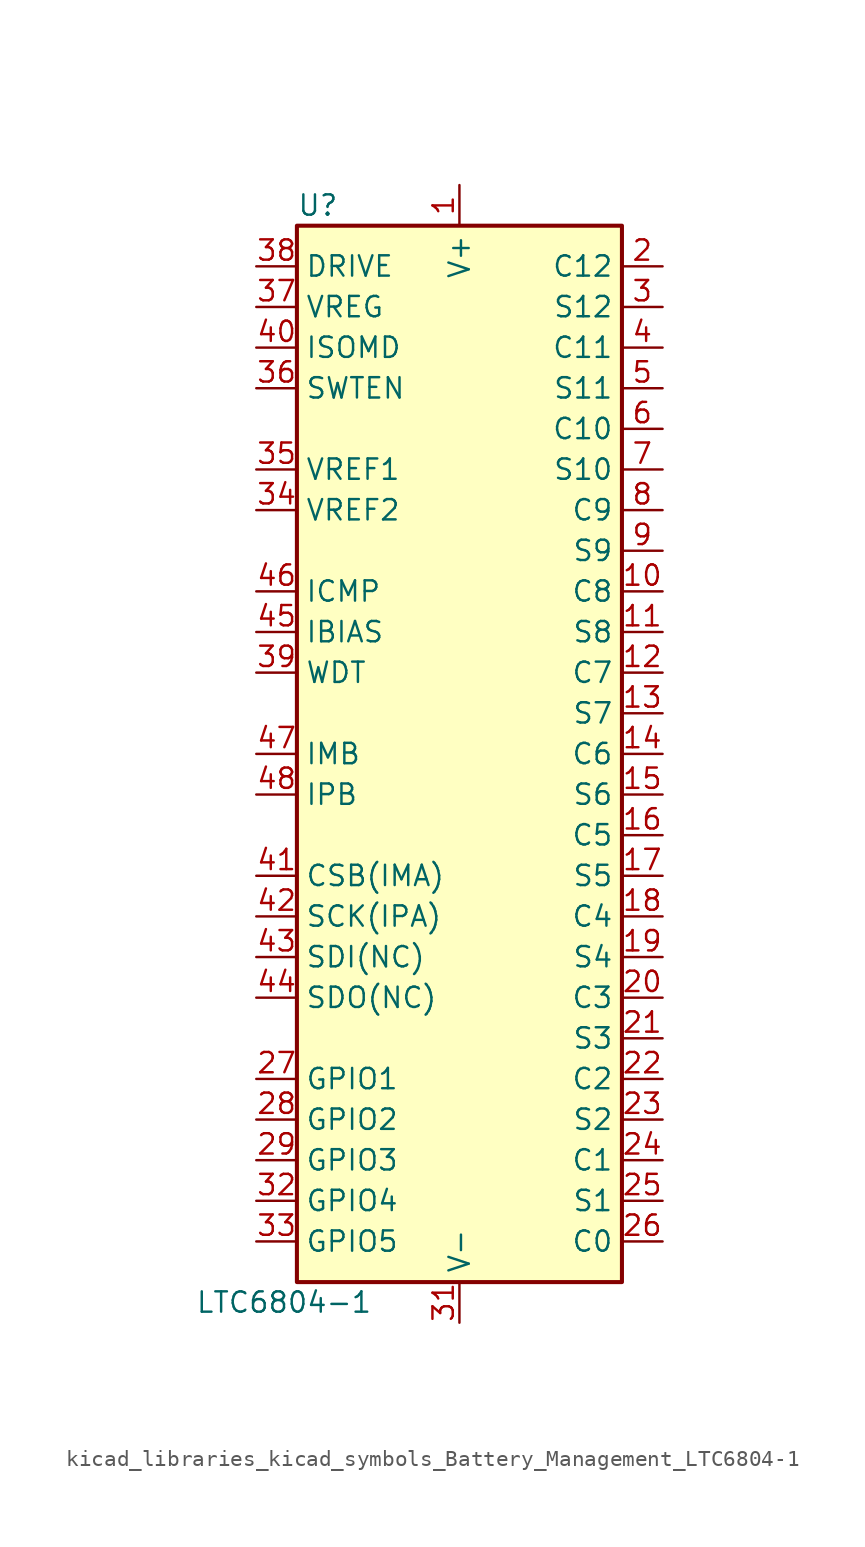
<source format=kicad_sym>
(kicad_symbol_lib
  (version 20220914)
  (generator kicad_symbol_editor)
  (symbol "kicad_libraries_kicad_symbols_Battery_Management_LTC6804-1"
    (property "Reference" "U"
      (at -10.16 34.29 0)
      (effects (font (size 1.27 1.27)) (justify left)))
    (property "Value" "LTC6804-1"
      (at -16.51 -34.29 0)
      (effects (font (size 1.27 1.27)) (justify left)))
    (symbol "kicad_libraries_kicad_symbols_Battery_Management_LTC6804-1_0_1"
      (rectangle (start 10.16 -33.02) (end -10.16 33.02) (stroke (width 0.254) (type default)) (fill (type background))))
    (symbol "kicad_libraries_kicad_symbols_Battery_Management_LTC6804-1_1_1"
      (pin power_in line (at 0 35.56 270) (length 2.54) (name "V+" (effects (font (size 1.27 1.27)))) (number "1" (effects (font (size 1.27 1.27)))))
      (pin input line (at 12.7 10.16 180) (length 2.54) (name "C8" (effects (font (size 1.27 1.27)))) (number "10" (effects (font (size 1.27 1.27)))))
      (pin bidirectional line (at 12.7 7.62 180) (length 2.54) (name "S8" (effects (font (size 1.27 1.27)))) (number "11" (effects (font (size 1.27 1.27)))))
      (pin input line (at 12.7 5.08 180) (length 2.54) (name "C7" (effects (font (size 1.27 1.27)))) (number "12" (effects (font (size 1.27 1.27)))))
      (pin bidirectional line (at 12.7 2.54 180) (length 2.54) (name "S7" (effects (font (size 1.27 1.27)))) (number "13" (effects (font (size 1.27 1.27)))))
      (pin input line (at 12.7 0 180) (length 2.54) (name "C6" (effects (font (size 1.27 1.27)))) (number "14" (effects (font (size 1.27 1.27)))))
      (pin bidirectional line (at 12.7 -2.54 180) (length 2.54) (name "S6" (effects (font (size 1.27 1.27)))) (number "15" (effects (font (size 1.27 1.27)))))
      (pin input line (at 12.7 -5.08 180) (length 2.54) (name "C5" (effects (font (size 1.27 1.27)))) (number "16" (effects (font (size 1.27 1.27)))))
      (pin bidirectional line (at 12.7 -7.62 180) (length 2.54) (name "S5" (effects (font (size 1.27 1.27)))) (number "17" (effects (font (size 1.27 1.27)))))
      (pin input line (at 12.7 -10.16 180) (length 2.54) (name "C4" (effects (font (size 1.27 1.27)))) (number "18" (effects (font (size 1.27 1.27)))))
      (pin bidirectional line (at 12.7 -12.7 180) (length 2.54) (name "S4" (effects (font (size 1.27 1.27)))) (number "19" (effects (font (size 1.27 1.27)))))
      (pin input line (at 12.7 30.48 180) (length 2.54) (name "C12" (effects (font (size 1.27 1.27)))) (number "2" (effects (font (size 1.27 1.27)))))
      (pin input line (at 12.7 -15.24 180) (length 2.54) (name "C3" (effects (font (size 1.27 1.27)))) (number "20" (effects (font (size 1.27 1.27)))))
      (pin bidirectional line (at 12.7 -17.78 180) (length 2.54) (name "S3" (effects (font (size 1.27 1.27)))) (number "21" (effects (font (size 1.27 1.27)))))
      (pin input line (at 12.7 -20.32 180) (length 2.54) (name "C2" (effects (font (size 1.27 1.27)))) (number "22" (effects (font (size 1.27 1.27)))))
      (pin bidirectional line (at 12.7 -22.86 180) (length 2.54) (name "S2" (effects (font (size 1.27 1.27)))) (number "23" (effects (font (size 1.27 1.27)))))
      (pin input line (at 12.7 -25.4 180) (length 2.54) (name "C1" (effects (font (size 1.27 1.27)))) (number "24" (effects (font (size 1.27 1.27)))))
      (pin bidirectional line (at 12.7 -27.94 180) (length 2.54) (name "S1" (effects (font (size 1.27 1.27)))) (number "25" (effects (font (size 1.27 1.27)))))
      (pin input line (at 12.7 -30.48 180) (length 2.54) (name "C0" (effects (font (size 1.27 1.27)))) (number "26" (effects (font (size 1.27 1.27)))))
      (pin bidirectional line (at -12.7 -20.32 0) (length 2.54) (name "GPIO1" (effects (font (size 1.27 1.27)))) (number "27" (effects (font (size 1.27 1.27)))))
      (pin bidirectional line (at -12.7 -22.86 0) (length 2.54) (name "GPIO2" (effects (font (size 1.27 1.27)))) (number "28" (effects (font (size 1.27 1.27)))))
      (pin bidirectional line (at -12.7 -25.4 0) (length 2.54) (name "GPIO3" (effects (font (size 1.27 1.27)))) (number "29" (effects (font (size 1.27 1.27)))))
      (pin bidirectional line (at 12.7 27.94 180) (length 2.54) (name "S12" (effects (font (size 1.27 1.27)))) (number "3" (effects (font (size 1.27 1.27)))))
      (pin passive line (at 0 -35.56 90) (length 2.54) hide (name "V-" (effects (font (size 1.27 1.27)))) (number "30" (effects (font (size 1.27 1.27)))))
      (pin passive line (at 0 -35.56 90) (length 2.54) (name "V-" (effects (font (size 1.27 1.27)))) (number "31" (effects (font (size 1.27 1.27)))))
      (pin bidirectional line (at -12.7 -27.94 0) (length 2.54) (name "GPIO4" (effects (font (size 1.27 1.27)))) (number "32" (effects (font (size 1.27 1.27)))))
      (pin bidirectional line (at -12.7 -30.48 0) (length 2.54) (name "GPIO5" (effects (font (size 1.27 1.27)))) (number "33" (effects (font (size 1.27 1.27)))))
      (pin output line (at -12.7 15.24 0) (length 2.54) (name "VREF2" (effects (font (size 1.27 1.27)))) (number "34" (effects (font (size 1.27 1.27)))))
      (pin output line (at -12.7 17.78 0) (length 2.54) (name "VREF1" (effects (font (size 1.27 1.27)))) (number "35" (effects (font (size 1.27 1.27)))))
      (pin input line (at -12.7 22.86 0) (length 2.54) (name "SWTEN" (effects (font (size 1.27 1.27)))) (number "36" (effects (font (size 1.27 1.27)))))
      (pin input line (at -12.7 27.94 0) (length 2.54) (name "VREG" (effects (font (size 1.27 1.27)))) (number "37" (effects (font (size 1.27 1.27)))))
      (pin output line (at -12.7 30.48 0) (length 2.54) (name "DRIVE" (effects (font (size 1.27 1.27)))) (number "38" (effects (font (size 1.27 1.27)))))
      (pin output line (at -12.7 5.08 0) (length 2.54) (name "WDT" (effects (font (size 1.27 1.27)))) (number "39" (effects (font (size 1.27 1.27)))))
      (pin input line (at 12.7 25.4 180) (length 2.54) (name "C11" (effects (font (size 1.27 1.27)))) (number "4" (effects (font (size 1.27 1.27)))))
      (pin input line (at -12.7 25.4 0) (length 2.54) (name "ISOMD" (effects (font (size 1.27 1.27)))) (number "40" (effects (font (size 1.27 1.27)))))
      (pin bidirectional line (at -12.7 -7.62 0) (length 2.54) (name "CSB(IMA)" (effects (font (size 1.27 1.27)))) (number "41" (effects (font (size 1.27 1.27)))))
      (pin bidirectional line (at -12.7 -10.16 0) (length 2.54) (name "SCK(IPA)" (effects (font (size 1.27 1.27)))) (number "42" (effects (font (size 1.27 1.27)))))
      (pin input line (at -12.7 -12.7 0) (length 2.54) (name "SDI(NC)" (effects (font (size 1.27 1.27)))) (number "43" (effects (font (size 1.27 1.27)))))
      (pin open_collector line (at -12.7 -15.24 0) (length 2.54) (name "SDO(NC)" (effects (font (size 1.27 1.27)))) (number "44" (effects (font (size 1.27 1.27)))))
      (pin passive line (at -12.7 7.62 0) (length 2.54) (name "IBIAS" (effects (font (size 1.27 1.27)))) (number "45" (effects (font (size 1.27 1.27)))))
      (pin passive line (at -12.7 10.16 0) (length 2.54) (name "ICMP" (effects (font (size 1.27 1.27)))) (number "46" (effects (font (size 1.27 1.27)))))
      (pin bidirectional line (at -12.7 0 0) (length 2.54) (name "IMB" (effects (font (size 1.27 1.27)))) (number "47" (effects (font (size 1.27 1.27)))))
      (pin bidirectional line (at -12.7 -2.54 0) (length 2.54) (name "IPB" (effects (font (size 1.27 1.27)))) (number "48" (effects (font (size 1.27 1.27)))))
      (pin bidirectional line (at 12.7 22.86 180) (length 2.54) (name "S11" (effects (font (size 1.27 1.27)))) (number "5" (effects (font (size 1.27 1.27)))))
      (pin input line (at 12.7 20.32 180) (length 2.54) (name "C10" (effects (font (size 1.27 1.27)))) (number "6" (effects (font (size 1.27 1.27)))))
      (pin bidirectional line (at 12.7 17.78 180) (length 2.54) (name "S10" (effects (font (size 1.27 1.27)))) (number "7" (effects (font (size 1.27 1.27)))))
      (pin input line (at 12.7 15.24 180) (length 2.54) (name "C9" (effects (font (size 1.27 1.27)))) (number "8" (effects (font (size 1.27 1.27)))))
      (pin bidirectional line (at 12.7 12.7 180) (length 2.54) (name "S9" (effects (font (size 1.27 1.27)))) (number "9" (effects (font (size 1.27 1.27))))))))
</source>
